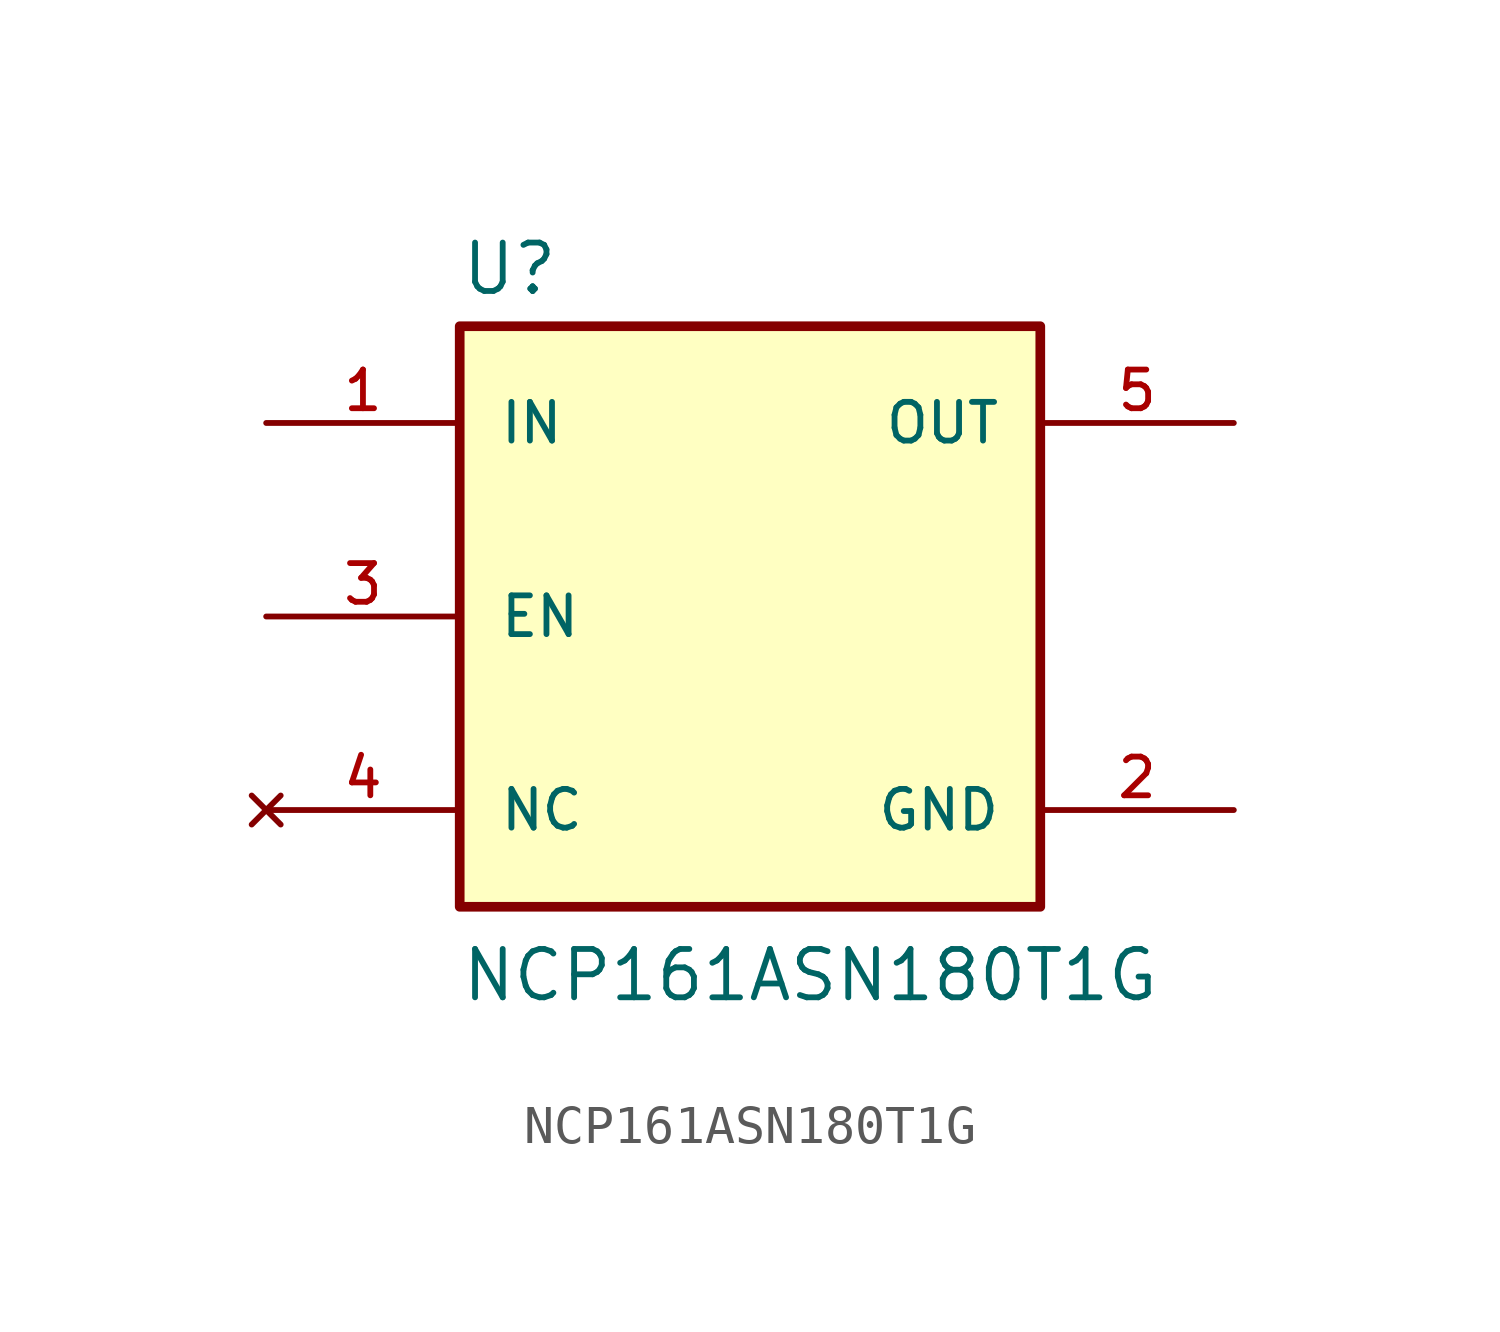
<source format=kicad_sym>
(kicad_symbol_lib
  (version 20211014)
  (generator kicad_symbol_editor)
  (symbol "NCP161ASN180T1G"
    (pin_names
      (offset 1.016))
    (property "Reference" "U"
      (at -7.62 8.382 0)
      (effects (font (size 1.27 1.27)) (justify bottom left)))
    (property "Value" "NCP161ASN180T1G"
      (at -7.62 -10.16 0)
      (effects (font (size 1.27 1.27)) (justify bottom left)))
    (symbol "NCP161ASN180T1G_0_0"
      (rectangle (start -7.62 -7.62) (end 7.62 7.62) (stroke (width 0.254)) (fill (type background)))
      (pin input line (at -12.7 5.08 0) (length 5.08) (name "IN" (effects (font (size 1.016 1.016)))) (number "1" (effects (font (size 1.016 1.016)))))
      (pin output line (at 12.7 5.08 180.0) (length 5.08) (name "OUT" (effects (font (size 1.016 1.016)))) (number "5" (effects (font (size 1.016 1.016)))))
      (pin power_in line (at 12.7 -5.08 180.0) (length 5.08) (name "GND" (effects (font (size 1.016 1.016)))) (number "2" (effects (font (size 1.016 1.016)))))
      (pin input line (at -12.7 0.0 0) (length 5.08) (name "EN" (effects (font (size 1.016 1.016)))) (number "3" (effects (font (size 1.016 1.016)))))
      (pin no_connect line (at -12.7 -5.08 0) (length 5.08) (name "NC" (effects (font (size 1.016 1.016)))) (number "4" (effects (font (size 1.016 1.016))))))))
</source>
